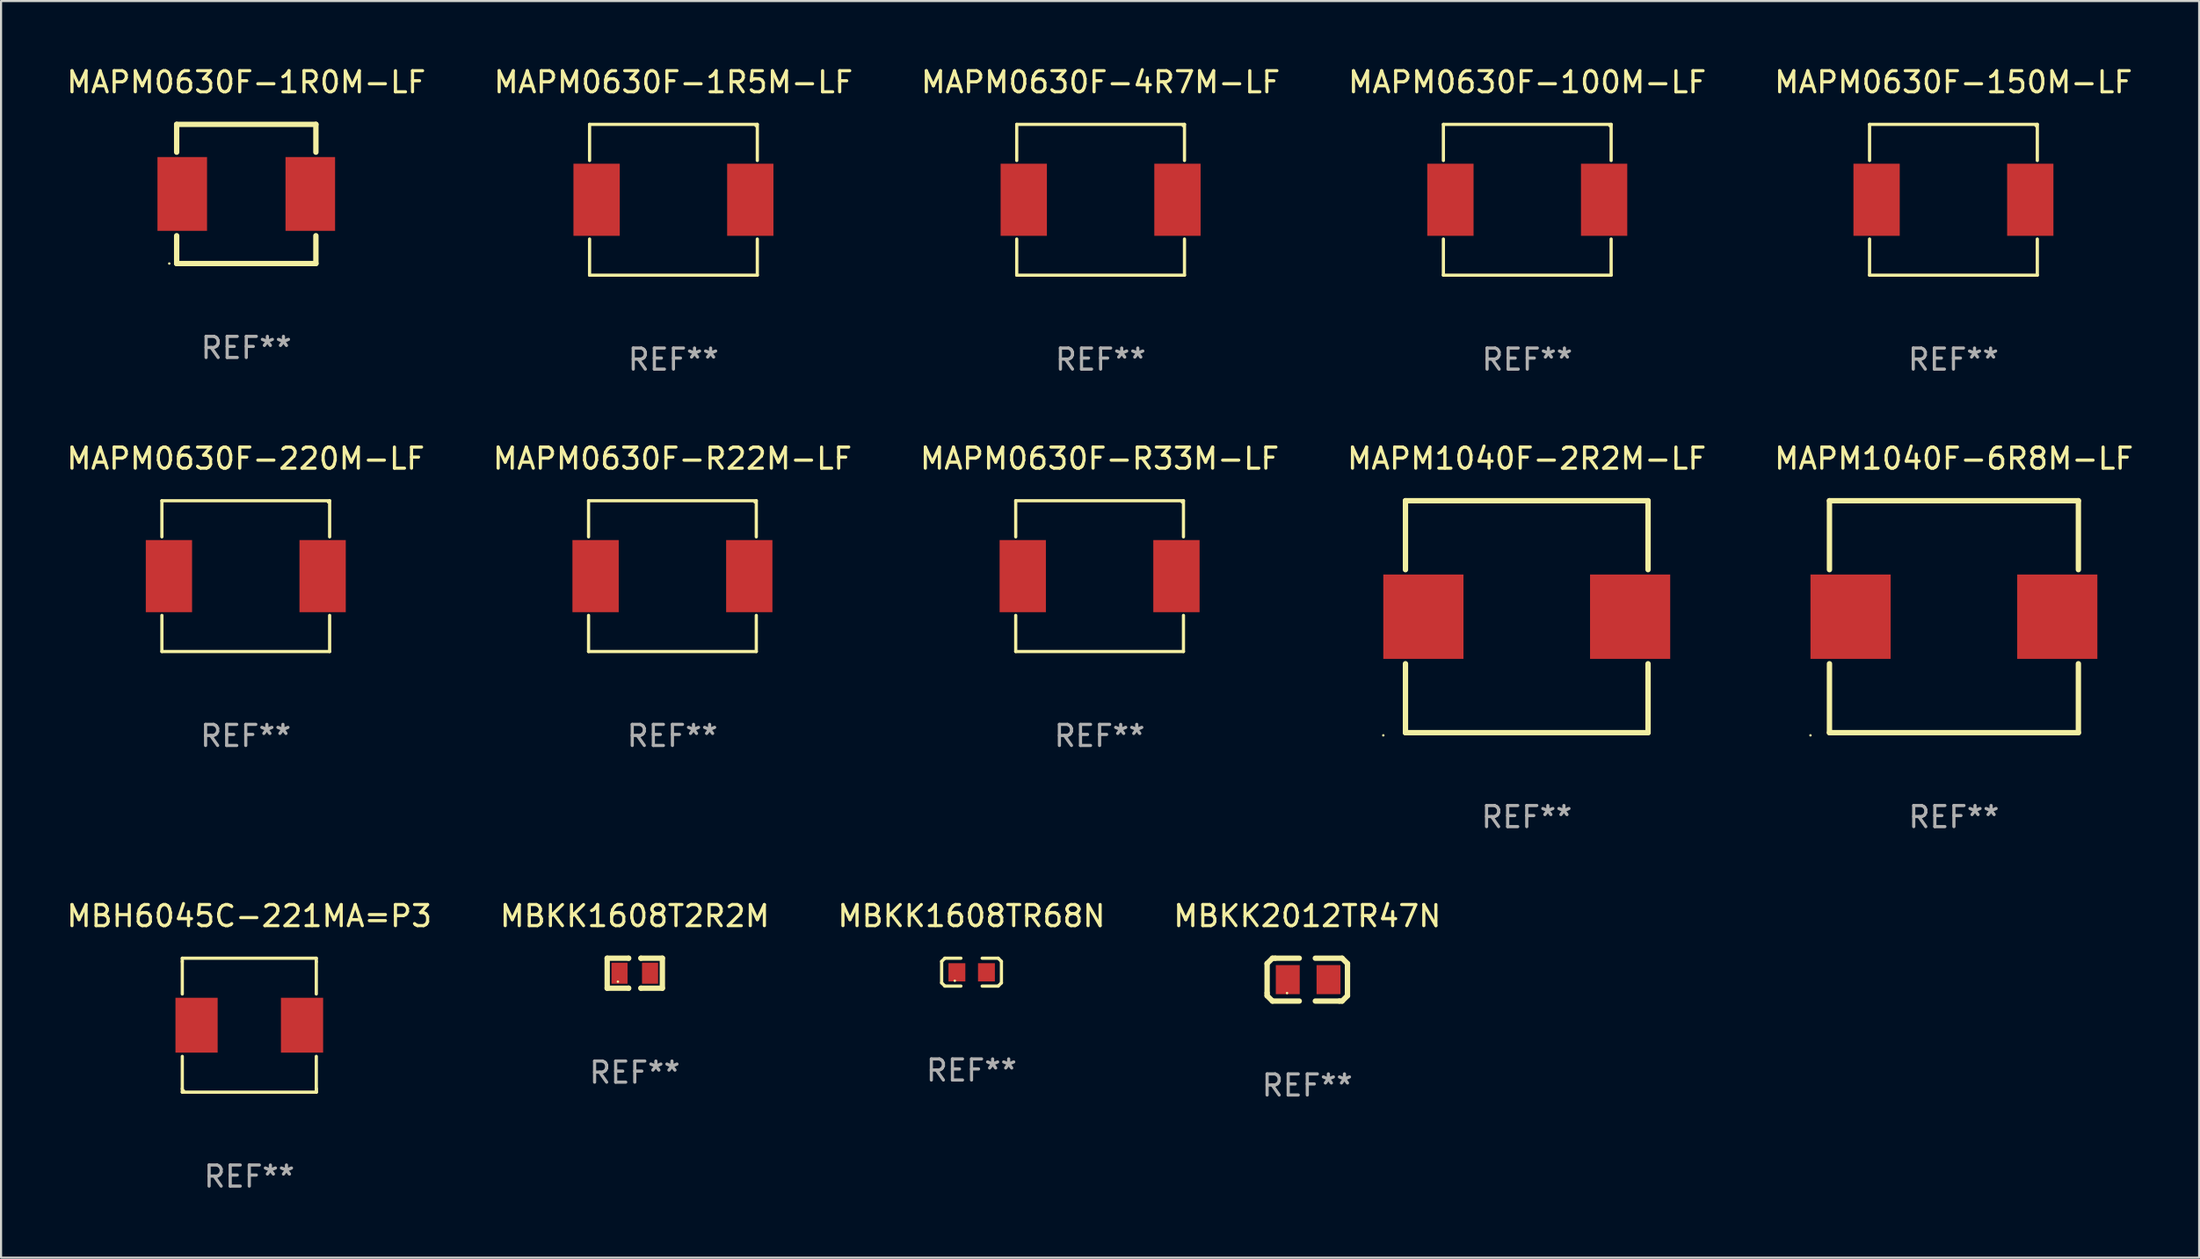
<source format=kicad_pcb>
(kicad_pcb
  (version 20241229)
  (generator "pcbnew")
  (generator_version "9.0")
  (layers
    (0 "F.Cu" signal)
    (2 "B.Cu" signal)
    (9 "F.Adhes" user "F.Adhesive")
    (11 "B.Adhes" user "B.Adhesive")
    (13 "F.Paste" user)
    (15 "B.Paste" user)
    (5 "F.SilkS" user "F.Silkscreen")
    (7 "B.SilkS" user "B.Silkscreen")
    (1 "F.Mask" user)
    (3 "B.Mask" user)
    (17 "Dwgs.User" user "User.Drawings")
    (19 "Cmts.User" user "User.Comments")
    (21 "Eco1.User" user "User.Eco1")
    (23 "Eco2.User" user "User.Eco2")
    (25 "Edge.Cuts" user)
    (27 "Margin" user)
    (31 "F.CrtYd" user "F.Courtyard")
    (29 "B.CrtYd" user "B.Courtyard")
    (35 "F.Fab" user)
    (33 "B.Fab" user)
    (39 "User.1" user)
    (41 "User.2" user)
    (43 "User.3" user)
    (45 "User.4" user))
  (footprint "MAPM1040F-2R2M-LF"
    (layer "F.Cu")
    (at 69.327 26.197)
    (property "Reference" "MAPM1040F-2R2M-LF" (at 0 -7.5 0) (layer "F.SilkS") (effects (font (size 1 1) (thickness 0.15))))
    (attr through_hole)
    (fp_line (start -5.75 -5.5) (end -5.75 -2.231) (stroke (width 0.254) (type solid)) (layer "F.SilkS"))
    (fp_line (start -5.75 -5.5) (end 5.75 -5.5) (stroke (width 0.254) (type solid)) (layer "F.SilkS"))
    (fp_line (start -5.75 2.231) (end -5.75 5.5) (stroke (width 0.254) (type solid)) (layer "F.SilkS"))
    (fp_line (start -5.75 5.5) (end 5.75 5.5) (stroke (width 0.254) (type solid)) (layer "F.SilkS"))
    (fp_line (start 5.75 -2.231) (end 5.75 -5.5) (stroke (width 0.254) (type solid)) (layer "F.SilkS"))
    (fp_line (start 5.75 5.5) (end 5.75 2.231) (stroke (width 0.254) (type solid)) (layer "F.SilkS"))
    (fp_circle (center -6.8 5.627) (end -6.77 5.627) (stroke (width 0.06) (type solid)) (fill no) (layer "F.SilkS"))
    (fp_text user "REF**" (at 0 9.5 0) (layer "F.Fab") (effects (font (size 1 1) (thickness 0.15))))
    (pad "1" smd rect (at -4.9 0) (size 3.8 4) (layers "F.Cu" "F.Mask" "F.Paste"))
    (pad "2" smd rect (at 4.9 0) (size 3.8 4) (layers "F.Cu" "F.Mask" "F.Paste")))
  (footprint "MAPM1040F-6R8M-LF"
    (layer "F.Cu")
    (at 89.577 26.197)
    (property "Reference" "MAPM1040F-6R8M-LF" (at 0 -7.5 0) (layer "F.SilkS") (effects (font (size 1 1) (thickness 0.15))))
    (attr through_hole)
    (fp_line (start -5.9 -5.5) (end -5.9 -2.231) (stroke (width 0.254) (type solid)) (layer "F.SilkS"))
    (fp_line (start -5.9 -5.5) (end 5.9 -5.5) (stroke (width 0.254) (type solid)) (layer "F.SilkS"))
    (fp_line (start -5.9 2.231) (end -5.9 5.5) (stroke (width 0.254) (type solid)) (layer "F.SilkS"))
    (fp_line (start 5.9 -5.5) (end 5.9 -2.231) (stroke (width 0.254) (type solid)) (layer "F.SilkS"))
    (fp_line (start 5.9 2.231) (end 5.9 5.5) (stroke (width 0.254) (type solid)) (layer "F.SilkS"))
    (fp_line (start 5.9 5.5) (end -5.9 5.5) (stroke (width 0.254) (type solid)) (layer "F.SilkS"))
    (fp_circle (center -6.8 5.627) (end -6.77 5.627) (stroke (width 0.06) (type solid)) (fill no) (layer "F.SilkS"))
    (fp_text user "REF**" (at 0 9.5 0) (layer "F.Fab") (effects (font (size 1 1) (thickness 0.15))))
    (pad "1" smd rect (at -4.9 0 90) (size 4 3.8) (layers "F.Cu" "F.Mask" "F.Paste"))
    (pad "2" smd rect (at 4.9 0 90) (size 4 3.8) (layers "F.Cu" "F.Mask" "F.Paste")))
  (footprint "MBH6045C-221MA=P3"
    (layer "F.Cu")
    (at 8.768 45.57)
    (property "Reference" "MBH6045C-221MA=P3" (at 0 -5.176 0) (layer "F.SilkS") (effects (font (size 1 1) (thickness 0.15))))
    (attr through_hole)
    (fp_line (start -3.176 -3.176) (end 3.176 -3.176) (stroke (width 0.152) (type solid)) (layer "F.SilkS"))
    (fp_line (start -3.176 -3.012) (end -3.176 -3.176) (stroke (width 0.152) (type solid)) (layer "F.SilkS"))
    (fp_line (start -3.176 -3.012) (end -3.176 -1.48) (stroke (width 0.152) (type solid)) (layer "F.SilkS"))
    (fp_line (start -3.176 1.48) (end -3.176 3.012) (stroke (width 0.152) (type solid)) (layer "F.SilkS"))
    (fp_line (start -3.176 3.012) (end -3.176 3.176) (stroke (width 0.152) (type solid)) (layer "F.SilkS"))
    (fp_line (start -3.176 3.176) (end 3.176 3.176) (stroke (width 0.152) (type solid)) (layer "F.SilkS"))
    (fp_line (start 3.176 -3.176) (end 3.176 -3.012) (stroke (width 0.152) (type solid)) (layer "F.SilkS"))
    (fp_line (start 3.176 -3.012) (end 3.176 -1.48) (stroke (width 0.152) (type solid)) (layer "F.SilkS"))
    (fp_line (start 3.176 1.48) (end 3.176 3.176) (stroke (width 0.152) (type solid)) (layer "F.SilkS"))
    (fp_line (start 3.176 3.176) (end 3.176 3.012) (stroke (width 0.152) (type solid)) (layer "F.SilkS"))
    (fp_circle (center -3.1 3.1) (end -3.07 3.1) (stroke (width 0.06) (type solid)) (fill no) (layer "F.SilkS"))
    (fp_text user "REF**" (at 0 7.176 0) (layer "F.Fab") (effects (font (size 1 1) (thickness 0.15))))
    (pad "1" smd rect (at -2.5 0) (size 2 2.6) (layers "F.Cu" "F.Mask" "F.Paste"))
    (pad "2" smd rect (at 2.5 0) (size 2 2.6) (layers "F.Cu" "F.Mask" "F.Paste")))
  (footprint "MBKK2012TR47N"
    (layer "F.Cu")
    (at 58.923 43.41)
    (property "Reference" "MBKK2012TR47N" (at 0 -3.016 0) (layer "F.SilkS") (effects (font (size 1 1) (thickness 0.15))))
    (attr through_hole)
    (fp_line (start -1.905 -0.762) (end -1.905 0.635) (stroke (width 0.254) (type solid)) (layer "F.SilkS"))
    (fp_line (start -1.905 0.635) (end -1.905 0.762) (stroke (width 0.254) (type solid)) (layer "F.SilkS"))
    (fp_line (start -1.905 0.762) (end -1.651 1.016) (stroke (width 0.254) (type solid)) (layer "F.SilkS"))
    (fp_line (start -1.651 -1.016) (end -1.905 -0.762) (stroke (width 0.254) (type solid)) (layer "F.SilkS"))
    (fp_line (start -1.651 1.016) (end -0.381 1.016) (stroke (width 0.254) (type solid)) (layer "F.SilkS"))
    (fp_line (start -1.524 -1.016) (end -1.651 -1.016) (stroke (width 0.254) (type solid)) (layer "F.SilkS"))
    (fp_line (start -0.381 -1.016) (end -1.524 -1.016) (stroke (width 0.254) (type solid)) (layer "F.SilkS"))
    (fp_line (start 0.381 1.016) (end 1.524 1.016) (stroke (width 0.254) (type solid)) (layer "F.SilkS"))
    (fp_line (start 1.524 1.016) (end 1.651 1.016) (stroke (width 0.254) (type solid)) (layer "F.SilkS"))
    (fp_line (start 1.651 -1.016) (end 0.381 -1.016) (stroke (width 0.254) (type solid)) (layer "F.SilkS"))
    (fp_line (start 1.651 1.016) (end 1.905 0.762) (stroke (width 0.254) (type solid)) (layer "F.SilkS"))
    (fp_line (start 1.905 -0.762) (end 1.651 -1.016) (stroke (width 0.254) (type solid)) (layer "F.SilkS"))
    (fp_line (start 1.905 -0.635) (end 1.905 -0.762) (stroke (width 0.254) (type solid)) (layer "F.SilkS"))
    (fp_line (start 1.905 0.762) (end 1.905 -0.635) (stroke (width 0.254) (type solid)) (layer "F.SilkS"))
    (fp_circle (center -0.96 0.637) (end -0.93 0.637) (stroke (width 0.06) (type solid)) (fill no) (layer "F.SilkS"))
    (fp_text user "REF**" (at 0 5.016 0) (layer "F.Fab") (effects (font (size 1 1) (thickness 0.15))))
    (pad "1" smd rect (at -0.926 -0.000051) (size 1.133 1.377) (layers "F.Cu" "F.Mask" "F.Paste"))
    (pad "2" smd rect (at 1.006 -0.000051) (size 1.133 1.377) (layers "F.Cu" "F.Mask" "F.Paste")))
  (footprint "MBKK1608T2R2M"
    (layer "F.Cu")
    (at 27.042 43.105)
    (property "Reference" "MBKK1608T2R2M" (at 0 -2.711 0) (layer "F.SilkS") (effects (font (size 1 1) (thickness 0.15))))
    (attr through_hole)
    (fp_line (start -1.308 -0.711) (end -1.308 0.711) (stroke (width 0.254) (type solid)) (layer "F.SilkS"))
    (fp_line (start -1.308 0.711) (end -0.292 0.711) (stroke (width 0.254) (type solid)) (layer "F.SilkS"))
    (fp_line (start -0.292 -0.711) (end -1.308 -0.711) (stroke (width 0.254) (type solid)) (layer "F.SilkS"))
    (fp_line (start -0.292 -0.711) (end -0.292 -0.711) (stroke (width 0.254) (type solid)) (layer "F.SilkS"))
    (fp_line (start -0.292 0.711) (end -0.292 0.711) (stroke (width 0.254) (type solid)) (layer "F.SilkS"))
    (fp_line (start 0.292 -0.711) (end 0.292 -0.711) (stroke (width 0.254) (type solid)) (layer "F.SilkS"))
    (fp_line (start 0.292 -0.711) (end 1.308 -0.711) (stroke (width 0.254) (type solid)) (layer "F.SilkS"))
    (fp_line (start 0.292 0.711) (end 0.292 0.711) (stroke (width 0.254) (type solid)) (layer "F.SilkS"))
    (fp_line (start 1.308 -0.711) (end 1.308 0.711) (stroke (width 0.254) (type solid)) (layer "F.SilkS"))
    (fp_line (start 1.308 0.711) (end 0.292 0.711) (stroke (width 0.254) (type solid)) (layer "F.SilkS"))
    (fp_circle (center -0.8 0.4) (end -0.77 0.4) (stroke (width 0.06) (type solid)) (fill no) (layer "F.SilkS"))
    (fp_text user "REF**" (at 0 4.711 0) (layer "F.Fab") (effects (font (size 1 1) (thickness 0.15))))
    (pad "1" smd rect (at -0.724 0.000254) (size 0.762 1) (layers "F.Cu" "F.Mask" "F.Paste"))
    (pad "2" smd rect (at 0.724 0.000254) (size 0.762 1) (layers "F.Cu" "F.Mask" "F.Paste")))
  (footprint "MAPM0630F-1R5M-LF"
    (layer "F.Cu")
    (at 28.875 6.424)
    (property "Reference" "MAPM0630F-1R5M-LF" (at 0 -5.576 0) (layer "F.SilkS") (effects (font (size 1 1) (thickness 0.15))))
    (attr through_hole)
    (fp_line (start -3.976 -3.576) (end 3.976 -3.576) (stroke (width 0.152) (type solid)) (layer "F.SilkS"))
    (fp_line (start -3.976 -1.862) (end -3.976 -3.576) (stroke (width 0.152) (type solid)) (layer "F.SilkS"))
    (fp_line (start -3.976 1.862) (end -3.976 3.576) (stroke (width 0.152) (type solid)) (layer "F.SilkS"))
    (fp_line (start -3.976 3.576) (end 3.976 3.576) (stroke (width 0.152) (type solid)) (layer "F.SilkS"))
    (fp_line (start 3.976 -3.576) (end 3.976 -1.862) (stroke (width 0.152) (type solid)) (layer "F.SilkS"))
    (fp_line (start 3.976 3.576) (end 3.976 1.862) (stroke (width 0.152) (type solid)) (layer "F.SilkS"))
    (fp_circle (center 3.9 -3.5) (end 3.93 -3.5) (stroke (width 0.06) (type solid)) (fill no) (layer "F.SilkS"))
    (fp_text user "REF**" (at 0 7.576 0) (layer "F.Fab") (effects (font (size 1 1) (thickness 0.15))))
    (pad "1" smd rect (at 3.643 0) (size 2.194 3.42) (layers "F.Cu" "F.Mask" "F.Paste"))
    (pad "2" smd rect (at -3.643 0) (size 2.194 3.42) (layers "F.Cu" "F.Mask" "F.Paste")))
  (footprint "MAPM0630F-220M-LF"
    (layer "F.Cu")
    (at 8.601 24.273)
    (property "Reference" "MAPM0630F-220M-LF" (at 0 -5.576 0) (layer "F.SilkS") (effects (font (size 1 1) (thickness 0.15))))
    (attr through_hole)
    (fp_line (start -3.976 -3.576) (end 3.976 -3.576) (stroke (width 0.152) (type solid)) (layer "F.SilkS"))
    (fp_line (start -3.976 -1.862) (end -3.976 -3.576) (stroke (width 0.152) (type solid)) (layer "F.SilkS"))
    (fp_line (start -3.976 1.862) (end -3.976 3.576) (stroke (width 0.152) (type solid)) (layer "F.SilkS"))
    (fp_line (start -3.976 3.576) (end 3.976 3.576) (stroke (width 0.152) (type solid)) (layer "F.SilkS"))
    (fp_line (start 3.976 -3.576) (end 3.976 -1.862) (stroke (width 0.152) (type solid)) (layer "F.SilkS"))
    (fp_line (start 3.976 3.576) (end 3.976 1.862) (stroke (width 0.152) (type solid)) (layer "F.SilkS"))
    (fp_circle (center 3.9 -3.5) (end 3.93 -3.5) (stroke (width 0.06) (type solid)) (fill no) (layer "F.SilkS"))
    (fp_text user "REF**" (at 0 7.576 0) (layer "F.Fab") (effects (font (size 1 1) (thickness 0.15))))
    (pad "1" smd rect (at 3.643 0) (size 2.194 3.42) (layers "F.Cu" "F.Mask" "F.Paste"))
    (pad "2" smd rect (at -3.643 0) (size 2.194 3.42) (layers "F.Cu" "F.Mask" "F.Paste")))
  (footprint "MAPM0630F-150M-LF"
    (layer "F.Cu")
    (at 89.554 6.424)
    (property "Reference" "MAPM0630F-150M-LF" (at 0 -5.576 0) (layer "F.SilkS") (effects (font (size 1 1) (thickness 0.15))))
    (attr through_hole)
    (fp_line (start -3.976 -3.576) (end 3.976 -3.576) (stroke (width 0.152) (type solid)) (layer "F.SilkS"))
    (fp_line (start -3.976 -1.862) (end -3.976 -3.576) (stroke (width 0.152) (type solid)) (layer "F.SilkS"))
    (fp_line (start -3.976 1.862) (end -3.976 3.576) (stroke (width 0.152) (type solid)) (layer "F.SilkS"))
    (fp_line (start -3.976 3.576) (end 3.976 3.576) (stroke (width 0.152) (type solid)) (layer "F.SilkS"))
    (fp_line (start 3.976 -3.576) (end 3.976 -1.862) (stroke (width 0.152) (type solid)) (layer "F.SilkS"))
    (fp_line (start 3.976 3.576) (end 3.976 1.862) (stroke (width 0.152) (type solid)) (layer "F.SilkS"))
    (fp_circle (center 3.9 -3.5) (end 3.93 -3.5) (stroke (width 0.06) (type solid)) (fill no) (layer "F.SilkS"))
    (fp_text user "REF**" (at 0 7.576 0) (layer "F.Fab") (effects (font (size 1 1) (thickness 0.15))))
    (pad "1" smd rect (at 3.643 0) (size 2.194 3.42) (layers "F.Cu" "F.Mask" "F.Paste"))
    (pad "2" smd rect (at -3.643 0) (size 2.194 3.42) (layers "F.Cu" "F.Mask" "F.Paste")))
  (footprint "MAPM0630F-1R0M-LF"
    (layer "F.Cu")
    (at 8.625 6.148)
    (property "Reference" "MAPM0630F-1R0M-LF" (at 0 -5.3 0) (layer "F.SilkS") (effects (font (size 1 1) (thickness 0.15))))
    (attr through_hole)
    (fp_line (start -3.3 -3.3) (end 3.3 -3.3) (stroke (width 0.254) (type solid)) (layer "F.SilkS"))
    (fp_line (start -3.3 -1.981) (end -3.3 -3.3) (stroke (width 0.254) (type solid)) (layer "F.SilkS"))
    (fp_line (start -3.3 3.3) (end -3.3 1.981) (stroke (width 0.254) (type solid)) (layer "F.SilkS"))
    (fp_line (start 3.3 -3.3) (end 3.3 -1.981) (stroke (width 0.254) (type solid)) (layer "F.SilkS"))
    (fp_line (start 3.3 1.981) (end 3.3 3.3) (stroke (width 0.254) (type solid)) (layer "F.SilkS"))
    (fp_line (start 3.3 3.3) (end -3.3 3.3) (stroke (width 0.254) (type solid)) (layer "F.SilkS"))
    (fp_circle (center -3.65 3.3) (end -3.62 3.3) (stroke (width 0.06) (type solid)) (fill no) (layer "F.SilkS"))
    (fp_text user "REF**" (at 0 7.3 0) (layer "F.Fab") (effects (font (size 1 1) (thickness 0.15))))
    (pad "1" smd rect (at -3.035 0) (size 2.35 3.5) (layers "F.Cu" "F.Mask" "F.Paste"))
    (pad "2" smd rect (at 3.035 0) (size 2.35 3.5) (layers "F.Cu" "F.Mask" "F.Paste")))
  (footprint "MAPM0630F-4R7M-LF"
    (layer "F.Cu")
    (at 49.125 6.424)
    (property "Reference" "MAPM0630F-4R7M-LF" (at 0 -5.576 0) (layer "F.SilkS") (effects (font (size 1 1) (thickness 0.15))))
    (attr through_hole)
    (fp_line (start -3.976 -3.576) (end 3.976 -3.576) (stroke (width 0.152) (type solid)) (layer "F.SilkS"))
    (fp_line (start -3.976 -1.862) (end -3.976 -3.576) (stroke (width 0.152) (type solid)) (layer "F.SilkS"))
    (fp_line (start -3.976 1.862) (end -3.976 3.576) (stroke (width 0.152) (type solid)) (layer "F.SilkS"))
    (fp_line (start -3.976 3.576) (end 3.976 3.576) (stroke (width 0.152) (type solid)) (layer "F.SilkS"))
    (fp_line (start 3.976 -3.576) (end 3.976 -1.862) (stroke (width 0.152) (type solid)) (layer "F.SilkS"))
    (fp_line (start 3.976 3.576) (end 3.976 1.862) (stroke (width 0.152) (type solid)) (layer "F.SilkS"))
    (fp_circle (center 3.9 -3.5) (end 3.93 -3.5) (stroke (width 0.06) (type solid)) (fill no) (layer "F.SilkS"))
    (fp_text user "REF**" (at 0 7.576 0) (layer "F.Fab") (effects (font (size 1 1) (thickness 0.15))))
    (pad "1" smd rect (at 3.643 0) (size 2.194 3.42) (layers "F.Cu" "F.Mask" "F.Paste"))
    (pad "2" smd rect (at -3.643 0) (size 2.194 3.42) (layers "F.Cu" "F.Mask" "F.Paste")))
  (footprint "MAPM0630F-R33M-LF"
    (layer "F.Cu")
    (at 49.077 24.273)
    (property "Reference" "MAPM0630F-R33M-LF" (at 0 -5.576 0) (layer "F.SilkS") (effects (font (size 1 1) (thickness 0.15))))
    (attr through_hole)
    (fp_line (start -3.976 -3.576) (end 3.976 -3.576) (stroke (width 0.152) (type solid)) (layer "F.SilkS"))
    (fp_line (start -3.976 -1.862) (end -3.976 -3.576) (stroke (width 0.152) (type solid)) (layer "F.SilkS"))
    (fp_line (start -3.976 1.862) (end -3.976 3.576) (stroke (width 0.152) (type solid)) (layer "F.SilkS"))
    (fp_line (start -3.976 3.576) (end 3.976 3.576) (stroke (width 0.152) (type solid)) (layer "F.SilkS"))
    (fp_line (start 3.976 -3.576) (end 3.976 -1.862) (stroke (width 0.152) (type solid)) (layer "F.SilkS"))
    (fp_line (start 3.976 3.576) (end 3.976 1.862) (stroke (width 0.152) (type solid)) (layer "F.SilkS"))
    (fp_circle (center 3.9 -3.5) (end 3.93 -3.5) (stroke (width 0.06) (type solid)) (fill no) (layer "F.SilkS"))
    (fp_text user "REF**" (at 0 7.576 0) (layer "F.Fab") (effects (font (size 1 1) (thickness 0.15))))
    (pad "1" smd rect (at 3.643 0) (size 2.194 3.42) (layers "F.Cu" "F.Mask" "F.Paste"))
    (pad "2" smd rect (at -3.643 0) (size 2.194 3.42) (layers "F.Cu" "F.Mask" "F.Paste")))
  (footprint "MAPM0630F-R22M-LF"
    (layer "F.Cu")
    (at 28.827 24.273)
    (property "Reference" "MAPM0630F-R22M-LF" (at 0 -5.576 0) (layer "F.SilkS") (effects (font (size 1 1) (thickness 0.15))))
    (attr through_hole)
    (fp_line (start -3.976 -3.576) (end 3.976 -3.576) (stroke (width 0.152) (type solid)) (layer "F.SilkS"))
    (fp_line (start -3.976 -1.862) (end -3.976 -3.576) (stroke (width 0.152) (type solid)) (layer "F.SilkS"))
    (fp_line (start -3.976 1.862) (end -3.976 3.576) (stroke (width 0.152) (type solid)) (layer "F.SilkS"))
    (fp_line (start -3.976 3.576) (end 3.976 3.576) (stroke (width 0.152) (type solid)) (layer "F.SilkS"))
    (fp_line (start 3.976 -3.576) (end 3.976 -1.862) (stroke (width 0.152) (type solid)) (layer "F.SilkS"))
    (fp_line (start 3.976 3.576) (end 3.976 1.862) (stroke (width 0.152) (type solid)) (layer "F.SilkS"))
    (fp_circle (center 3.9 -3.5) (end 3.93 -3.5) (stroke (width 0.06) (type solid)) (fill no) (layer "F.SilkS"))
    (fp_text user "REF**" (at 0 7.576 0) (layer "F.Fab") (effects (font (size 1 1) (thickness 0.15))))
    (pad "1" smd rect (at 3.643 0) (size 2.194 3.42) (layers "F.Cu" "F.Mask" "F.Paste"))
    (pad "2" smd rect (at -3.643 0) (size 2.194 3.42) (layers "F.Cu" "F.Mask" "F.Paste")))
  (footprint "MAPM0630F-100M-LF"
    (layer "F.Cu")
    (at 69.351 6.424)
    (property "Reference" "MAPM0630F-100M-LF" (at 0 -5.576 0) (layer "F.SilkS") (effects (font (size 1 1) (thickness 0.15))))
    (attr through_hole)
    (fp_line (start -3.976 -3.576) (end 3.976 -3.576) (stroke (width 0.152) (type solid)) (layer "F.SilkS"))
    (fp_line (start -3.976 -1.862) (end -3.976 -3.576) (stroke (width 0.152) (type solid)) (layer "F.SilkS"))
    (fp_line (start -3.976 1.862) (end -3.976 3.576) (stroke (width 0.152) (type solid)) (layer "F.SilkS"))
    (fp_line (start -3.976 3.576) (end 3.976 3.576) (stroke (width 0.152) (type solid)) (layer "F.SilkS"))
    (fp_line (start 3.976 -3.576) (end 3.976 -1.862) (stroke (width 0.152) (type solid)) (layer "F.SilkS"))
    (fp_line (start 3.976 3.576) (end 3.976 1.862) (stroke (width 0.152) (type solid)) (layer "F.SilkS"))
    (fp_circle (center 3.9 -3.5) (end 3.93 -3.5) (stroke (width 0.06) (type solid)) (fill no) (layer "F.SilkS"))
    (fp_text user "REF**" (at 0 7.576 0) (layer "F.Fab") (effects (font (size 1 1) (thickness 0.15))))
    (pad "1" smd rect (at 3.643 0) (size 2.194 3.42) (layers "F.Cu" "F.Mask" "F.Paste"))
    (pad "2" smd rect (at -3.643 0) (size 2.194 3.42) (layers "F.Cu" "F.Mask" "F.Paste")))
  (footprint "MBKK1608TR68N"
    (layer "F.Cu")
    (at 43.006 43.054)
    (property "Reference" "MBKK1608TR68N" (at 0 -2.661 0) (layer "F.SilkS") (effects (font (size 1 1) (thickness 0.15))))
    (attr through_hole)
    (fp_line (start -1.417 -0.508) (end -1.265 -0.661) (stroke (width 0.152) (type solid)) (layer "F.SilkS"))
    (fp_line (start -1.417 0.508) (end -1.417 -0.508) (stroke (width 0.152) (type solid)) (layer "F.SilkS"))
    (fp_line (start -1.265 -0.661) (end -0.503 -0.661) (stroke (width 0.152) (type solid)) (layer "F.SilkS"))
    (fp_line (start -1.265 0.661) (end -1.417 0.508) (stroke (width 0.152) (type solid)) (layer "F.SilkS"))
    (fp_line (start -1.265 0.661) (end -0.503 0.661) (stroke (width 0.152) (type solid)) (layer "F.SilkS"))
    (fp_line (start 1.265 -0.661) (end 0.503 -0.661) (stroke (width 0.152) (type solid)) (layer "F.SilkS"))
    (fp_line (start 1.265 -0.661) (end 1.417 -0.508) (stroke (width 0.152) (type solid)) (layer "F.SilkS"))
    (fp_line (start 1.265 0.661) (end 0.503 0.661) (stroke (width 0.152) (type solid)) (layer "F.SilkS"))
    (fp_line (start 1.417 -0.508) (end 1.417 0.508) (stroke (width 0.152) (type solid)) (layer "F.SilkS"))
    (fp_line (start 1.417 0.508) (end 1.265 0.661) (stroke (width 0.152) (type solid)) (layer "F.SilkS"))
    (fp_circle (center -0.793 0.409) (end -0.763 0.409) (stroke (width 0.06) (type solid)) (fill no) (layer "F.SilkS"))
    (fp_text user "REF**" (at 0 4.661 0) (layer "F.Fab") (effects (font (size 1 1) (thickness 0.15))))
    (pad "1" smd rect (at -0.693 0.009 180) (size 0.8 0.864) (layers "F.Cu" "F.Mask" "F.Paste"))
    (pad "2" smd rect (at 0.707 0.009 180) (size 0.8 0.864) (layers "F.Cu" "F.Mask" "F.Paste")))
  (gr_rect
    (start -3 -3)
    (end 101.202 56.594)
    (stroke (width 0.1) (type default))
    (fill no)
    (layer "Edge.Cuts")))
</source>
